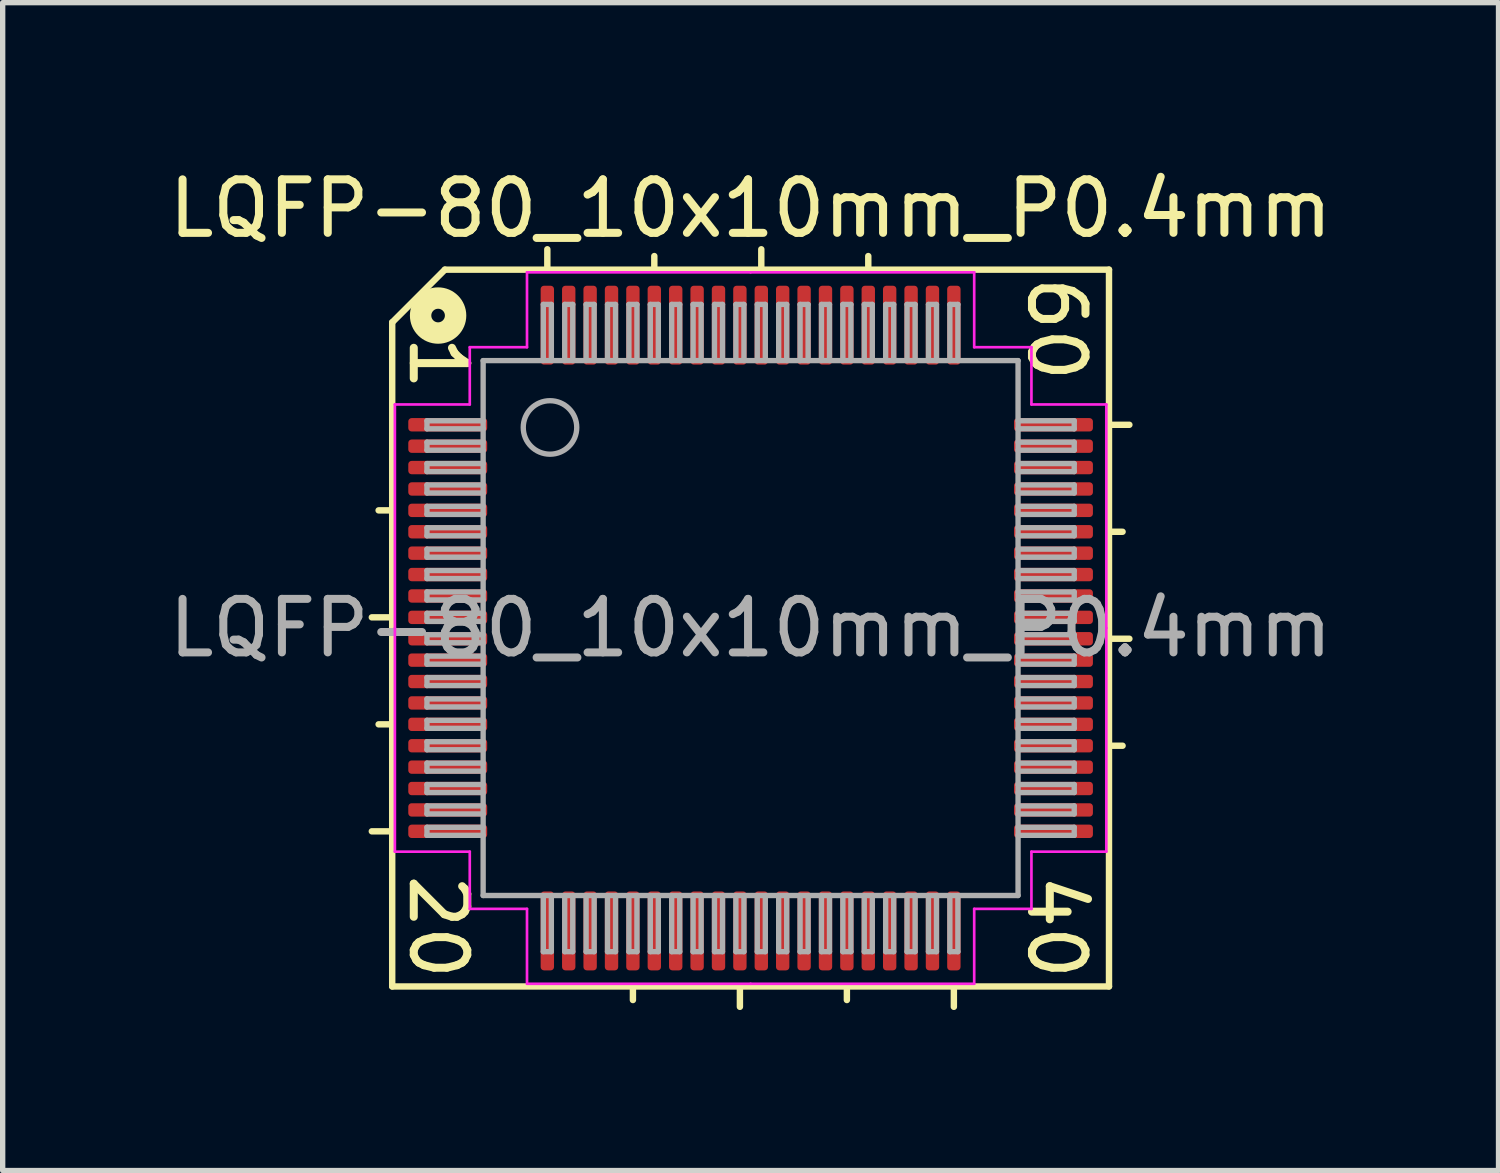
<source format=kicad_pcb>
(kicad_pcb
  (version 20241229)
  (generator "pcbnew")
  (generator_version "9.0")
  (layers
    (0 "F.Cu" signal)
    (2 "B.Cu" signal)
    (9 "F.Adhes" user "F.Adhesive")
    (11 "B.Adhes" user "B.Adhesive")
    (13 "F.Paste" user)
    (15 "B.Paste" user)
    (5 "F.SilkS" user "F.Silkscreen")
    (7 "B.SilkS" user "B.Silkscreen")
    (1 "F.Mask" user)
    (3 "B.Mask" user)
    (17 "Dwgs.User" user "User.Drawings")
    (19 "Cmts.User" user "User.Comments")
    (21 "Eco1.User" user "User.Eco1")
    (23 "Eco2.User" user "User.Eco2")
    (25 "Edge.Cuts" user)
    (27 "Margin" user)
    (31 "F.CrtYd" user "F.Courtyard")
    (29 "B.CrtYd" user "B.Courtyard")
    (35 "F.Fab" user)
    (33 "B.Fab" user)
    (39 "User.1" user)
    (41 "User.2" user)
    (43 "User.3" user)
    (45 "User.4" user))
  (footprint "LQFP-80_10x10mm_P0.4mm"
    (layer "F.Cu")
    (at 10.982 8.691)
    (property "Reference" "LQFP-80_10x10mm_P0.4mm" (at 0 -7.843 0) (layer "F.SilkS") (effects (font (size 1 1) (thickness 0.15))))
    (attr smd)
    (fp_line (start -6.7 -5.715) (end -6.7 6.7) (stroke (width 0.12) (type solid)) (layer "F.SilkS"))
    (fp_line (start -6.7 -2.2) (end -6.954 -2.2) (stroke (width 0.12) (type solid)) (layer "F.SilkS"))
    (fp_line (start -6.7 -0.2) (end -7.081 -0.2) (stroke (width 0.12) (type solid)) (layer "F.SilkS"))
    (fp_line (start -6.7 1.8) (end -6.954 1.8) (stroke (width 0.12) (type solid)) (layer "F.SilkS"))
    (fp_line (start -6.7 3.8) (end -7.081 3.8) (stroke (width 0.12) (type solid)) (layer "F.SilkS"))
    (fp_line (start -6.7 6.7) (end 6.7 6.7) (stroke (width 0.12) (type solid)) (layer "F.SilkS"))
    (fp_line (start -5.715 -6.7) (end -6.7 -5.715) (stroke (width 0.12) (type solid)) (layer "F.SilkS"))
    (fp_line (start -3.8 -6.7) (end -3.8 -7.081) (stroke (width 0.12) (type solid)) (layer "F.SilkS"))
    (fp_line (start -2.2 6.7) (end -2.2 6.954) (stroke (width 0.12) (type solid)) (layer "F.SilkS"))
    (fp_line (start -1.8 -6.7) (end -1.8 -6.954) (stroke (width 0.12) (type solid)) (layer "F.SilkS"))
    (fp_line (start -0.2 6.7) (end -0.2 7.081) (stroke (width 0.12) (type solid)) (layer "F.SilkS"))
    (fp_line (start 0.2 -6.7) (end 0.2 -7.081) (stroke (width 0.12) (type solid)) (layer "F.SilkS"))
    (fp_line (start 1.8 6.7) (end 1.8 6.954) (stroke (width 0.12) (type solid)) (layer "F.SilkS"))
    (fp_line (start 2.2 -6.7) (end 2.2 -6.954) (stroke (width 0.12) (type solid)) (layer "F.SilkS"))
    (fp_line (start 3.8 6.7) (end 3.8 7.081) (stroke (width 0.12) (type solid)) (layer "F.SilkS"))
    (fp_line (start 6.7 -6.7) (end -5.715 -6.7) (stroke (width 0.12) (type solid)) (layer "F.SilkS"))
    (fp_line (start 6.7 -3.8) (end 7.081 -3.8) (stroke (width 0.12) (type solid)) (layer "F.SilkS"))
    (fp_line (start 6.7 -1.8) (end 6.954 -1.8) (stroke (width 0.12) (type solid)) (layer "F.SilkS"))
    (fp_line (start 6.7 0.2) (end 7.081 0.2) (stroke (width 0.12) (type solid)) (layer "F.SilkS"))
    (fp_line (start 6.7 2.2) (end 6.954 2.2) (stroke (width 0.12) (type solid)) (layer "F.SilkS"))
    (fp_line (start 6.7 6.7) (end 6.7 -6.7) (stroke (width 0.12) (type solid)) (layer "F.SilkS"))
    (fp_circle (center -5.842 -5.842) (end -5.715 -5.842) (stroke (width 0.4) (type solid)) (fill no) (layer "F.SilkS"))
    (fp_line (start -6.65 -4.18) (end -6.65 0) (stroke (width 0.05) (type solid)) (layer "F.CrtYd"))
    (fp_line (start -6.65 4.18) (end -6.65 0) (stroke (width 0.05) (type solid)) (layer "F.CrtYd"))
    (fp_line (start -5.25 -5.25) (end -5.25 -4.18) (stroke (width 0.05) (type solid)) (layer "F.CrtYd"))
    (fp_line (start -5.25 -4.18) (end -6.65 -4.18) (stroke (width 0.05) (type solid)) (layer "F.CrtYd"))
    (fp_line (start -5.25 4.18) (end -6.65 4.18) (stroke (width 0.05) (type solid)) (layer "F.CrtYd"))
    (fp_line (start -5.25 5.25) (end -5.25 4.18) (stroke (width 0.05) (type solid)) (layer "F.CrtYd"))
    (fp_line (start -4.18 -6.65) (end -4.18 -5.25) (stroke (width 0.05) (type solid)) (layer "F.CrtYd"))
    (fp_line (start -4.18 -5.25) (end -5.25 -5.25) (stroke (width 0.05) (type solid)) (layer "F.CrtYd"))
    (fp_line (start -4.18 5.25) (end -5.25 5.25) (stroke (width 0.05) (type solid)) (layer "F.CrtYd"))
    (fp_line (start -4.18 6.65) (end -4.18 5.25) (stroke (width 0.05) (type solid)) (layer "F.CrtYd"))
    (fp_line (start 0 -6.65) (end -4.18 -6.65) (stroke (width 0.05) (type solid)) (layer "F.CrtYd"))
    (fp_line (start 0 -6.65) (end 4.18 -6.65) (stroke (width 0.05) (type solid)) (layer "F.CrtYd"))
    (fp_line (start 0 6.65) (end -4.18 6.65) (stroke (width 0.05) (type solid)) (layer "F.CrtYd"))
    (fp_line (start 0 6.65) (end 4.18 6.65) (stroke (width 0.05) (type solid)) (layer "F.CrtYd"))
    (fp_line (start 4.18 -6.65) (end 4.18 -5.25) (stroke (width 0.05) (type solid)) (layer "F.CrtYd"))
    (fp_line (start 4.18 -5.25) (end 5.25 -5.25) (stroke (width 0.05) (type solid)) (layer "F.CrtYd"))
    (fp_line (start 4.18 5.25) (end 5.25 5.25) (stroke (width 0.05) (type solid)) (layer "F.CrtYd"))
    (fp_line (start 4.18 6.65) (end 4.18 5.25) (stroke (width 0.05) (type solid)) (layer "F.CrtYd"))
    (fp_line (start 5.25 -5.25) (end 5.25 -4.18) (stroke (width 0.05) (type solid)) (layer "F.CrtYd"))
    (fp_line (start 5.25 -4.18) (end 6.65 -4.18) (stroke (width 0.05) (type solid)) (layer "F.CrtYd"))
    (fp_line (start 5.25 4.18) (end 6.65 4.18) (stroke (width 0.05) (type solid)) (layer "F.CrtYd"))
    (fp_line (start 5.25 5.25) (end 5.25 4.18) (stroke (width 0.05) (type solid)) (layer "F.CrtYd"))
    (fp_line (start 6.65 -4.18) (end 6.65 0) (stroke (width 0.05) (type solid)) (layer "F.CrtYd"))
    (fp_line (start 6.65 4.18) (end 6.65 0) (stroke (width 0.05) (type solid)) (layer "F.CrtYd"))
    (fp_line (start -6.05 -3.875) (end -6.05 -3.725) (stroke (width 0.1) (type solid)) (layer "F.Fab"))
    (fp_line (start -6.05 -3.875) (end -5 -3.875) (stroke (width 0.1) (type solid)) (layer "F.Fab"))
    (fp_line (start -6.05 -3.725) (end -5 -3.725) (stroke (width 0.1) (type solid)) (layer "F.Fab"))
    (fp_line (start -6.05 -3.475) (end -6.05 -3.325) (stroke (width 0.1) (type solid)) (layer "F.Fab"))
    (fp_line (start -6.05 -3.475) (end -5 -3.475) (stroke (width 0.1) (type solid)) (layer "F.Fab"))
    (fp_line (start -6.05 -3.325) (end -5 -3.325) (stroke (width 0.1) (type solid)) (layer "F.Fab"))
    (fp_line (start -6.05 -3.075) (end -6.05 -2.925) (stroke (width 0.1) (type solid)) (layer "F.Fab"))
    (fp_line (start -6.05 -3.075) (end -5 -3.075) (stroke (width 0.1) (type solid)) (layer "F.Fab"))
    (fp_line (start -6.05 -2.925) (end -5 -2.925) (stroke (width 0.1) (type solid)) (layer "F.Fab"))
    (fp_line (start -6.05 -2.675) (end -6.05 -2.525) (stroke (width 0.1) (type solid)) (layer "F.Fab"))
    (fp_line (start -6.05 -2.675) (end -5 -2.675) (stroke (width 0.1) (type solid)) (layer "F.Fab"))
    (fp_line (start -6.05 -2.525) (end -5 -2.525) (stroke (width 0.1) (type solid)) (layer "F.Fab"))
    (fp_line (start -6.05 -2.275) (end -6.05 -2.125) (stroke (width 0.1) (type solid)) (layer "F.Fab"))
    (fp_line (start -6.05 -2.275) (end -5 -2.275) (stroke (width 0.1) (type solid)) (layer "F.Fab"))
    (fp_line (start -6.05 -2.125) (end -5 -2.125) (stroke (width 0.1) (type solid)) (layer "F.Fab"))
    (fp_line (start -6.05 -1.875) (end -6.05 -1.725) (stroke (width 0.1) (type solid)) (layer "F.Fab"))
    (fp_line (start -6.05 -1.875) (end -5 -1.875) (stroke (width 0.1) (type solid)) (layer "F.Fab"))
    (fp_line (start -6.05 -1.725) (end -5 -1.725) (stroke (width 0.1) (type solid)) (layer "F.Fab"))
    (fp_line (start -6.05 -1.475) (end -6.05 -1.325) (stroke (width 0.1) (type solid)) (layer "F.Fab"))
    (fp_line (start -6.05 -1.475) (end -5 -1.475) (stroke (width 0.1) (type solid)) (layer "F.Fab"))
    (fp_line (start -6.05 -1.325) (end -5 -1.325) (stroke (width 0.1) (type solid)) (layer "F.Fab"))
    (fp_line (start -6.05 -1.075) (end -6.05 -0.925) (stroke (width 0.1) (type solid)) (layer "F.Fab"))
    (fp_line (start -6.05 -1.075) (end -5 -1.075) (stroke (width 0.1) (type solid)) (layer "F.Fab"))
    (fp_line (start -6.05 -0.925) (end -5 -0.925) (stroke (width 0.1) (type solid)) (layer "F.Fab"))
    (fp_line (start -6.05 -0.675) (end -6.05 -0.525) (stroke (width 0.1) (type solid)) (layer "F.Fab"))
    (fp_line (start -6.05 -0.675) (end -5 -0.675) (stroke (width 0.1) (type solid)) (layer "F.Fab"))
    (fp_line (start -6.05 -0.525) (end -5 -0.525) (stroke (width 0.1) (type solid)) (layer "F.Fab"))
    (fp_line (start -6.05 -0.275) (end -6.05 -0.125) (stroke (width 0.1) (type solid)) (layer "F.Fab"))
    (fp_line (start -6.05 -0.275) (end -5 -0.275) (stroke (width 0.1) (type solid)) (layer "F.Fab"))
    (fp_line (start -6.05 -0.125) (end -5 -0.125) (stroke (width 0.1) (type solid)) (layer "F.Fab"))
    (fp_line (start -6.05 0.125) (end -6.05 0.275) (stroke (width 0.1) (type solid)) (layer "F.Fab"))
    (fp_line (start -6.05 0.125) (end -5 0.125) (stroke (width 0.1) (type solid)) (layer "F.Fab"))
    (fp_line (start -6.05 0.275) (end -5 0.275) (stroke (width 0.1) (type solid)) (layer "F.Fab"))
    (fp_line (start -6.05 0.525) (end -6.05 0.675) (stroke (width 0.1) (type solid)) (layer "F.Fab"))
    (fp_line (start -6.05 0.525) (end -5 0.525) (stroke (width 0.1) (type solid)) (layer "F.Fab"))
    (fp_line (start -6.05 0.675) (end -5 0.675) (stroke (width 0.1) (type solid)) (layer "F.Fab"))
    (fp_line (start -6.05 0.925) (end -6.05 1.075) (stroke (width 0.1) (type solid)) (layer "F.Fab"))
    (fp_line (start -6.05 0.925) (end -5 0.925) (stroke (width 0.1) (type solid)) (layer "F.Fab"))
    (fp_line (start -6.05 1.075) (end -5 1.075) (stroke (width 0.1) (type solid)) (layer "F.Fab"))
    (fp_line (start -6.05 1.325) (end -6.05 1.475) (stroke (width 0.1) (type solid)) (layer "F.Fab"))
    (fp_line (start -6.05 1.325) (end -5 1.325) (stroke (width 0.1) (type solid)) (layer "F.Fab"))
    (fp_line (start -6.05 1.475) (end -5 1.475) (stroke (width 0.1) (type solid)) (layer "F.Fab"))
    (fp_line (start -6.05 1.725) (end -6.05 1.875) (stroke (width 0.1) (type solid)) (layer "F.Fab"))
    (fp_line (start -6.05 1.725) (end -5 1.725) (stroke (width 0.1) (type solid)) (layer "F.Fab"))
    (fp_line (start -6.05 1.875) (end -5 1.875) (stroke (width 0.1) (type solid)) (layer "F.Fab"))
    (fp_line (start -6.05 2.125) (end -6.05 2.275) (stroke (width 0.1) (type solid)) (layer "F.Fab"))
    (fp_line (start -6.05 2.125) (end -5 2.125) (stroke (width 0.1) (type solid)) (layer "F.Fab"))
    (fp_line (start -6.05 2.275) (end -5 2.275) (stroke (width 0.1) (type solid)) (layer "F.Fab"))
    (fp_line (start -6.05 2.525) (end -6.05 2.675) (stroke (width 0.1) (type solid)) (layer "F.Fab"))
    (fp_line (start -6.05 2.525) (end -5 2.525) (stroke (width 0.1) (type solid)) (layer "F.Fab"))
    (fp_line (start -6.05 2.675) (end -5 2.675) (stroke (width 0.1) (type solid)) (layer "F.Fab"))
    (fp_line (start -6.05 2.925) (end -6.05 3.075) (stroke (width 0.1) (type solid)) (layer "F.Fab"))
    (fp_line (start -6.05 2.925) (end -5 2.925) (stroke (width 0.1) (type solid)) (layer "F.Fab"))
    (fp_line (start -6.05 3.075) (end -5 3.075) (stroke (width 0.1) (type solid)) (layer "F.Fab"))
    (fp_line (start -6.05 3.325) (end -6.05 3.475) (stroke (width 0.1) (type solid)) (layer "F.Fab"))
    (fp_line (start -6.05 3.325) (end -5 3.325) (stroke (width 0.1) (type solid)) (layer "F.Fab"))
    (fp_line (start -6.05 3.475) (end -5 3.475) (stroke (width 0.1) (type solid)) (layer "F.Fab"))
    (fp_line (start -6.05 3.725) (end -6.05 3.875) (stroke (width 0.1) (type solid)) (layer "F.Fab"))
    (fp_line (start -6.05 3.725) (end -5 3.725) (stroke (width 0.1) (type solid)) (layer "F.Fab"))
    (fp_line (start -6.05 3.875) (end -5 3.875) (stroke (width 0.1) (type solid)) (layer "F.Fab"))
    (fp_line (start -5 -5) (end 5 -5) (stroke (width 0.1) (type solid)) (layer "F.Fab"))
    (fp_line (start -5 5) (end -5 -5) (stroke (width 0.1) (type solid)) (layer "F.Fab"))
    (fp_line (start -3.875 -6.05) (end -3.875 -5) (stroke (width 0.1) (type solid)) (layer "F.Fab"))
    (fp_line (start -3.875 6.05) (end -3.875 5) (stroke (width 0.1) (type solid)) (layer "F.Fab"))
    (fp_line (start -3.875 6.05) (end -3.725 6.05) (stroke (width 0.1) (type solid)) (layer "F.Fab"))
    (fp_line (start -3.725 -6.05) (end -3.875 -6.05) (stroke (width 0.1) (type solid)) (layer "F.Fab"))
    (fp_line (start -3.725 -6.05) (end -3.725 -5) (stroke (width 0.1) (type solid)) (layer "F.Fab"))
    (fp_line (start -3.725 6.05) (end -3.725 5) (stroke (width 0.1) (type solid)) (layer "F.Fab"))
    (fp_line (start -3.475 -6.05) (end -3.475 -5) (stroke (width 0.1) (type solid)) (layer "F.Fab"))
    (fp_line (start -3.475 6.05) (end -3.475 5) (stroke (width 0.1) (type solid)) (layer "F.Fab"))
    (fp_line (start -3.475 6.05) (end -3.325 6.05) (stroke (width 0.1) (type solid)) (layer "F.Fab"))
    (fp_line (start -3.325 -6.05) (end -3.475 -6.05) (stroke (width 0.1) (type solid)) (layer "F.Fab"))
    (fp_line (start -3.325 -6.05) (end -3.325 -5) (stroke (width 0.1) (type solid)) (layer "F.Fab"))
    (fp_line (start -3.325 6.05) (end -3.325 5) (stroke (width 0.1) (type solid)) (layer "F.Fab"))
    (fp_line (start -3.075 -6.05) (end -3.075 -5) (stroke (width 0.1) (type solid)) (layer "F.Fab"))
    (fp_line (start -3.075 6.05) (end -3.075 5) (stroke (width 0.1) (type solid)) (layer "F.Fab"))
    (fp_line (start -3.075 6.05) (end -2.925 6.05) (stroke (width 0.1) (type solid)) (layer "F.Fab"))
    (fp_line (start -2.925 -6.05) (end -3.075 -6.05) (stroke (width 0.1) (type solid)) (layer "F.Fab"))
    (fp_line (start -2.925 -6.05) (end -2.925 -5) (stroke (width 0.1) (type solid)) (layer "F.Fab"))
    (fp_line (start -2.925 6.05) (end -2.925 5) (stroke (width 0.1) (type solid)) (layer "F.Fab"))
    (fp_line (start -2.675 -6.05) (end -2.675 -5) (stroke (width 0.1) (type solid)) (layer "F.Fab"))
    (fp_line (start -2.675 6.05) (end -2.675 5) (stroke (width 0.1) (type solid)) (layer "F.Fab"))
    (fp_line (start -2.675 6.05) (end -2.525 6.05) (stroke (width 0.1) (type solid)) (layer "F.Fab"))
    (fp_line (start -2.525 -6.05) (end -2.675 -6.05) (stroke (width 0.1) (type solid)) (layer "F.Fab"))
    (fp_line (start -2.525 -6.05) (end -2.525 -5) (stroke (width 0.1) (type solid)) (layer "F.Fab"))
    (fp_line (start -2.525 6.05) (end -2.525 5) (stroke (width 0.1) (type solid)) (layer "F.Fab"))
    (fp_line (start -2.275 -6.05) (end -2.275 -5) (stroke (width 0.1) (type solid)) (layer "F.Fab"))
    (fp_line (start -2.275 6.05) (end -2.275 5) (stroke (width 0.1) (type solid)) (layer "F.Fab"))
    (fp_line (start -2.275 6.05) (end -2.125 6.05) (stroke (width 0.1) (type solid)) (layer "F.Fab"))
    (fp_line (start -2.125 -6.05) (end -2.275 -6.05) (stroke (width 0.1) (type solid)) (layer "F.Fab"))
    (fp_line (start -2.125 -6.05) (end -2.125 -5) (stroke (width 0.1) (type solid)) (layer "F.Fab"))
    (fp_line (start -2.125 6.05) (end -2.125 5) (stroke (width 0.1) (type solid)) (layer "F.Fab"))
    (fp_line (start -1.875 -6.05) (end -1.875 -5) (stroke (width 0.1) (type solid)) (layer "F.Fab"))
    (fp_line (start -1.875 6.05) (end -1.875 5) (stroke (width 0.1) (type solid)) (layer "F.Fab"))
    (fp_line (start -1.875 6.05) (end -1.725 6.05) (stroke (width 0.1) (type solid)) (layer "F.Fab"))
    (fp_line (start -1.725 -6.05) (end -1.875 -6.05) (stroke (width 0.1) (type solid)) (layer "F.Fab"))
    (fp_line (start -1.725 -6.05) (end -1.725 -5) (stroke (width 0.1) (type solid)) (layer "F.Fab"))
    (fp_line (start -1.725 6.05) (end -1.725 5) (stroke (width 0.1) (type solid)) (layer "F.Fab"))
    (fp_line (start -1.475 -6.05) (end -1.475 -5) (stroke (width 0.1) (type solid)) (layer "F.Fab"))
    (fp_line (start -1.475 6.05) (end -1.475 5) (stroke (width 0.1) (type solid)) (layer "F.Fab"))
    (fp_line (start -1.475 6.05) (end -1.325 6.05) (stroke (width 0.1) (type solid)) (layer "F.Fab"))
    (fp_line (start -1.325 -6.05) (end -1.475 -6.05) (stroke (width 0.1) (type solid)) (layer "F.Fab"))
    (fp_line (start -1.325 -6.05) (end -1.325 -5) (stroke (width 0.1) (type solid)) (layer "F.Fab"))
    (fp_line (start -1.325 6.05) (end -1.325 5) (stroke (width 0.1) (type solid)) (layer "F.Fab"))
    (fp_line (start -1.075 -6.05) (end -1.075 -5) (stroke (width 0.1) (type solid)) (layer "F.Fab"))
    (fp_line (start -1.075 6.05) (end -1.075 5) (stroke (width 0.1) (type solid)) (layer "F.Fab"))
    (fp_line (start -1.075 6.05) (end -0.925 6.05) (stroke (width 0.1) (type solid)) (layer "F.Fab"))
    (fp_line (start -0.925 -6.05) (end -1.075 -6.05) (stroke (width 0.1) (type solid)) (layer "F.Fab"))
    (fp_line (start -0.925 -6.05) (end -0.925 -5) (stroke (width 0.1) (type solid)) (layer "F.Fab"))
    (fp_line (start -0.925 6.05) (end -0.925 5) (stroke (width 0.1) (type solid)) (layer "F.Fab"))
    (fp_line (start -0.675 -6.05) (end -0.675 -5) (stroke (width 0.1) (type solid)) (layer "F.Fab"))
    (fp_line (start -0.675 6.05) (end -0.675 5) (stroke (width 0.1) (type solid)) (layer "F.Fab"))
    (fp_line (start -0.675 6.05) (end -0.525 6.05) (stroke (width 0.1) (type solid)) (layer "F.Fab"))
    (fp_line (start -0.525 -6.05) (end -0.675 -6.05) (stroke (width 0.1) (type solid)) (layer "F.Fab"))
    (fp_line (start -0.525 -6.05) (end -0.525 -5) (stroke (width 0.1) (type solid)) (layer "F.Fab"))
    (fp_line (start -0.525 6.05) (end -0.525 5) (stroke (width 0.1) (type solid)) (layer "F.Fab"))
    (fp_line (start -0.275 -6.05) (end -0.275 -5) (stroke (width 0.1) (type solid)) (layer "F.Fab"))
    (fp_line (start -0.275 6.05) (end -0.275 5) (stroke (width 0.1) (type solid)) (layer "F.Fab"))
    (fp_line (start -0.275 6.05) (end -0.125 6.05) (stroke (width 0.1) (type solid)) (layer "F.Fab"))
    (fp_line (start -0.125 -6.05) (end -0.275 -6.05) (stroke (width 0.1) (type solid)) (layer "F.Fab"))
    (fp_line (start -0.125 -6.05) (end -0.125 -5) (stroke (width 0.1) (type solid)) (layer "F.Fab"))
    (fp_line (start -0.125 6.05) (end -0.125 5) (stroke (width 0.1) (type solid)) (layer "F.Fab"))
    (fp_line (start 0.125 -6.05) (end 0.125 -5) (stroke (width 0.1) (type solid)) (layer "F.Fab"))
    (fp_line (start 0.125 6.05) (end 0.125 5) (stroke (width 0.1) (type solid)) (layer "F.Fab"))
    (fp_line (start 0.125 6.05) (end 0.275 6.05) (stroke (width 0.1) (type solid)) (layer "F.Fab"))
    (fp_line (start 0.275 -6.05) (end 0.125 -6.05) (stroke (width 0.1) (type solid)) (layer "F.Fab"))
    (fp_line (start 0.275 -6.05) (end 0.275 -5) (stroke (width 0.1) (type solid)) (layer "F.Fab"))
    (fp_line (start 0.275 6.05) (end 0.275 5) (stroke (width 0.1) (type solid)) (layer "F.Fab"))
    (fp_line (start 0.525 -6.05) (end 0.525 -5) (stroke (width 0.1) (type solid)) (layer "F.Fab"))
    (fp_line (start 0.525 6.05) (end 0.525 5) (stroke (width 0.1) (type solid)) (layer "F.Fab"))
    (fp_line (start 0.525 6.05) (end 0.675 6.05) (stroke (width 0.1) (type solid)) (layer "F.Fab"))
    (fp_line (start 0.675 -6.05) (end 0.525 -6.05) (stroke (width 0.1) (type solid)) (layer "F.Fab"))
    (fp_line (start 0.675 -6.05) (end 0.675 -5) (stroke (width 0.1) (type solid)) (layer "F.Fab"))
    (fp_line (start 0.675 6.05) (end 0.675 5) (stroke (width 0.1) (type solid)) (layer "F.Fab"))
    (fp_line (start 0.925 -6.05) (end 0.925 -5) (stroke (width 0.1) (type solid)) (layer "F.Fab"))
    (fp_line (start 0.925 6.05) (end 0.925 5) (stroke (width 0.1) (type solid)) (layer "F.Fab"))
    (fp_line (start 0.925 6.05) (end 1.075 6.05) (stroke (width 0.1) (type solid)) (layer "F.Fab"))
    (fp_line (start 1.075 -6.05) (end 0.925 -6.05) (stroke (width 0.1) (type solid)) (layer "F.Fab"))
    (fp_line (start 1.075 -6.05) (end 1.075 -5) (stroke (width 0.1) (type solid)) (layer "F.Fab"))
    (fp_line (start 1.075 6.05) (end 1.075 5) (stroke (width 0.1) (type solid)) (layer "F.Fab"))
    (fp_line (start 1.325 -6.05) (end 1.325 -5) (stroke (width 0.1) (type solid)) (layer "F.Fab"))
    (fp_line (start 1.325 6.05) (end 1.325 5) (stroke (width 0.1) (type solid)) (layer "F.Fab"))
    (fp_line (start 1.325 6.05) (end 1.475 6.05) (stroke (width 0.1) (type solid)) (layer "F.Fab"))
    (fp_line (start 1.475 -6.05) (end 1.325 -6.05) (stroke (width 0.1) (type solid)) (layer "F.Fab"))
    (fp_line (start 1.475 -6.05) (end 1.475 -5) (stroke (width 0.1) (type solid)) (layer "F.Fab"))
    (fp_line (start 1.475 6.05) (end 1.475 5) (stroke (width 0.1) (type solid)) (layer "F.Fab"))
    (fp_line (start 1.725 -6.05) (end 1.725 -5) (stroke (width 0.1) (type solid)) (layer "F.Fab"))
    (fp_line (start 1.725 6.05) (end 1.725 5) (stroke (width 0.1) (type solid)) (layer "F.Fab"))
    (fp_line (start 1.725 6.05) (end 1.875 6.05) (stroke (width 0.1) (type solid)) (layer "F.Fab"))
    (fp_line (start 1.875 -6.05) (end 1.725 -6.05) (stroke (width 0.1) (type solid)) (layer "F.Fab"))
    (fp_line (start 1.875 -6.05) (end 1.875 -5) (stroke (width 0.1) (type solid)) (layer "F.Fab"))
    (fp_line (start 1.875 6.05) (end 1.875 5) (stroke (width 0.1) (type solid)) (layer "F.Fab"))
    (fp_line (start 2.125 -6.05) (end 2.125 -5) (stroke (width 0.1) (type solid)) (layer "F.Fab"))
    (fp_line (start 2.125 6.05) (end 2.125 5) (stroke (width 0.1) (type solid)) (layer "F.Fab"))
    (fp_line (start 2.125 6.05) (end 2.275 6.05) (stroke (width 0.1) (type solid)) (layer "F.Fab"))
    (fp_line (start 2.275 -6.05) (end 2.125 -6.05) (stroke (width 0.1) (type solid)) (layer "F.Fab"))
    (fp_line (start 2.275 -6.05) (end 2.275 -5) (stroke (width 0.1) (type solid)) (layer "F.Fab"))
    (fp_line (start 2.275 6.05) (end 2.275 5) (stroke (width 0.1) (type solid)) (layer "F.Fab"))
    (fp_line (start 2.525 -6.05) (end 2.525 -5) (stroke (width 0.1) (type solid)) (layer "F.Fab"))
    (fp_line (start 2.525 6.05) (end 2.525 5) (stroke (width 0.1) (type solid)) (layer "F.Fab"))
    (fp_line (start 2.525 6.05) (end 2.675 6.05) (stroke (width 0.1) (type solid)) (layer "F.Fab"))
    (fp_line (start 2.675 -6.05) (end 2.525 -6.05) (stroke (width 0.1) (type solid)) (layer "F.Fab"))
    (fp_line (start 2.675 -6.05) (end 2.675 -5) (stroke (width 0.1) (type solid)) (layer "F.Fab"))
    (fp_line (start 2.675 6.05) (end 2.675 5) (stroke (width 0.1) (type solid)) (layer "F.Fab"))
    (fp_line (start 2.925 -6.05) (end 2.925 -5) (stroke (width 0.1) (type solid)) (layer "F.Fab"))
    (fp_line (start 2.925 6.05) (end 2.925 5) (stroke (width 0.1) (type solid)) (layer "F.Fab"))
    (fp_line (start 2.925 6.05) (end 3.075 6.05) (stroke (width 0.1) (type solid)) (layer "F.Fab"))
    (fp_line (start 3.075 -6.05) (end 2.925 -6.05) (stroke (width 0.1) (type solid)) (layer "F.Fab"))
    (fp_line (start 3.075 -6.05) (end 3.075 -5) (stroke (width 0.1) (type solid)) (layer "F.Fab"))
    (fp_line (start 3.075 6.05) (end 3.075 5) (stroke (width 0.1) (type solid)) (layer "F.Fab"))
    (fp_line (start 3.325 -6.05) (end 3.325 -5) (stroke (width 0.1) (type solid)) (layer "F.Fab"))
    (fp_line (start 3.325 6.05) (end 3.325 5) (stroke (width 0.1) (type solid)) (layer "F.Fab"))
    (fp_line (start 3.325 6.05) (end 3.475 6.05) (stroke (width 0.1) (type solid)) (layer "F.Fab"))
    (fp_line (start 3.475 -6.05) (end 3.325 -6.05) (stroke (width 0.1) (type solid)) (layer "F.Fab"))
    (fp_line (start 3.475 -6.05) (end 3.475 -5) (stroke (width 0.1) (type solid)) (layer "F.Fab"))
    (fp_line (start 3.475 6.05) (end 3.475 5) (stroke (width 0.1) (type solid)) (layer "F.Fab"))
    (fp_line (start 3.725 -6.05) (end 3.725 -5) (stroke (width 0.1) (type solid)) (layer "F.Fab"))
    (fp_line (start 3.725 6.05) (end 3.725 5) (stroke (width 0.1) (type solid)) (layer "F.Fab"))
    (fp_line (start 3.725 6.05) (end 3.875 6.05) (stroke (width 0.1) (type solid)) (layer "F.Fab"))
    (fp_line (start 3.875 -6.05) (end 3.725 -6.05) (stroke (width 0.1) (type solid)) (layer "F.Fab"))
    (fp_line (start 3.875 -6.05) (end 3.875 -5) (stroke (width 0.1) (type solid)) (layer "F.Fab"))
    (fp_line (start 3.875 6.05) (end 3.875 5) (stroke (width 0.1) (type solid)) (layer "F.Fab"))
    (fp_line (start 5 -5) (end 5 5) (stroke (width 0.1) (type solid)) (layer "F.Fab"))
    (fp_line (start 5 5) (end -5 5) (stroke (width 0.1) (type solid)) (layer "F.Fab"))
    (fp_line (start 6.05 -3.875) (end 5 -3.875) (stroke (width 0.1) (type solid)) (layer "F.Fab"))
    (fp_line (start 6.05 -3.725) (end 5 -3.725) (stroke (width 0.1) (type solid)) (layer "F.Fab"))
    (fp_line (start 6.05 -3.725) (end 6.05 -3.875) (stroke (width 0.1) (type solid)) (layer "F.Fab"))
    (fp_line (start 6.05 -3.475) (end 5 -3.475) (stroke (width 0.1) (type solid)) (layer "F.Fab"))
    (fp_line (start 6.05 -3.325) (end 5 -3.325) (stroke (width 0.1) (type solid)) (layer "F.Fab"))
    (fp_line (start 6.05 -3.325) (end 6.05 -3.475) (stroke (width 0.1) (type solid)) (layer "F.Fab"))
    (fp_line (start 6.05 -3.075) (end 5 -3.075) (stroke (width 0.1) (type solid)) (layer "F.Fab"))
    (fp_line (start 6.05 -2.925) (end 5 -2.925) (stroke (width 0.1) (type solid)) (layer "F.Fab"))
    (fp_line (start 6.05 -2.925) (end 6.05 -3.075) (stroke (width 0.1) (type solid)) (layer "F.Fab"))
    (fp_line (start 6.05 -2.675) (end 5 -2.675) (stroke (width 0.1) (type solid)) (layer "F.Fab"))
    (fp_line (start 6.05 -2.525) (end 5 -2.525) (stroke (width 0.1) (type solid)) (layer "F.Fab"))
    (fp_line (start 6.05 -2.525) (end 6.05 -2.675) (stroke (width 0.1) (type solid)) (layer "F.Fab"))
    (fp_line (start 6.05 -2.275) (end 5 -2.275) (stroke (width 0.1) (type solid)) (layer "F.Fab"))
    (fp_line (start 6.05 -2.125) (end 5 -2.125) (stroke (width 0.1) (type solid)) (layer "F.Fab"))
    (fp_line (start 6.05 -2.125) (end 6.05 -2.275) (stroke (width 0.1) (type solid)) (layer "F.Fab"))
    (fp_line (start 6.05 -1.875) (end 5 -1.875) (stroke (width 0.1) (type solid)) (layer "F.Fab"))
    (fp_line (start 6.05 -1.725) (end 5 -1.725) (stroke (width 0.1) (type solid)) (layer "F.Fab"))
    (fp_line (start 6.05 -1.725) (end 6.05 -1.875) (stroke (width 0.1) (type solid)) (layer "F.Fab"))
    (fp_line (start 6.05 -1.475) (end 5 -1.475) (stroke (width 0.1) (type solid)) (layer "F.Fab"))
    (fp_line (start 6.05 -1.325) (end 5 -1.325) (stroke (width 0.1) (type solid)) (layer "F.Fab"))
    (fp_line (start 6.05 -1.325) (end 6.05 -1.475) (stroke (width 0.1) (type solid)) (layer "F.Fab"))
    (fp_line (start 6.05 -1.075) (end 5 -1.075) (stroke (width 0.1) (type solid)) (layer "F.Fab"))
    (fp_line (start 6.05 -0.925) (end 5 -0.925) (stroke (width 0.1) (type solid)) (layer "F.Fab"))
    (fp_line (start 6.05 -0.925) (end 6.05 -1.075) (stroke (width 0.1) (type solid)) (layer "F.Fab"))
    (fp_line (start 6.05 -0.675) (end 5 -0.675) (stroke (width 0.1) (type solid)) (layer "F.Fab"))
    (fp_line (start 6.05 -0.525) (end 5 -0.525) (stroke (width 0.1) (type solid)) (layer "F.Fab"))
    (fp_line (start 6.05 -0.525) (end 6.05 -0.675) (stroke (width 0.1) (type solid)) (layer "F.Fab"))
    (fp_line (start 6.05 -0.275) (end 5 -0.275) (stroke (width 0.1) (type solid)) (layer "F.Fab"))
    (fp_line (start 6.05 -0.125) (end 5 -0.125) (stroke (width 0.1) (type solid)) (layer "F.Fab"))
    (fp_line (start 6.05 -0.125) (end 6.05 -0.275) (stroke (width 0.1) (type solid)) (layer "F.Fab"))
    (fp_line (start 6.05 0.125) (end 5 0.125) (stroke (width 0.1) (type solid)) (layer "F.Fab"))
    (fp_line (start 6.05 0.275) (end 5 0.275) (stroke (width 0.1) (type solid)) (layer "F.Fab"))
    (fp_line (start 6.05 0.275) (end 6.05 0.125) (stroke (width 0.1) (type solid)) (layer "F.Fab"))
    (fp_line (start 6.05 0.525) (end 5 0.525) (stroke (width 0.1) (type solid)) (layer "F.Fab"))
    (fp_line (start 6.05 0.675) (end 5 0.675) (stroke (width 0.1) (type solid)) (layer "F.Fab"))
    (fp_line (start 6.05 0.675) (end 6.05 0.525) (stroke (width 0.1) (type solid)) (layer "F.Fab"))
    (fp_line (start 6.05 0.925) (end 5 0.925) (stroke (width 0.1) (type solid)) (layer "F.Fab"))
    (fp_line (start 6.05 1.075) (end 5 1.075) (stroke (width 0.1) (type solid)) (layer "F.Fab"))
    (fp_line (start 6.05 1.075) (end 6.05 0.925) (stroke (width 0.1) (type solid)) (layer "F.Fab"))
    (fp_line (start 6.05 1.325) (end 5 1.325) (stroke (width 0.1) (type solid)) (layer "F.Fab"))
    (fp_line (start 6.05 1.475) (end 5 1.475) (stroke (width 0.1) (type solid)) (layer "F.Fab"))
    (fp_line (start 6.05 1.475) (end 6.05 1.325) (stroke (width 0.1) (type solid)) (layer "F.Fab"))
    (fp_line (start 6.05 1.725) (end 5 1.725) (stroke (width 0.1) (type solid)) (layer "F.Fab"))
    (fp_line (start 6.05 1.875) (end 5 1.875) (stroke (width 0.1) (type solid)) (layer "F.Fab"))
    (fp_line (start 6.05 1.875) (end 6.05 1.725) (stroke (width 0.1) (type solid)) (layer "F.Fab"))
    (fp_line (start 6.05 2.125) (end 5 2.125) (stroke (width 0.1) (type solid)) (layer "F.Fab"))
    (fp_line (start 6.05 2.275) (end 5 2.275) (stroke (width 0.1) (type solid)) (layer "F.Fab"))
    (fp_line (start 6.05 2.275) (end 6.05 2.125) (stroke (width 0.1) (type solid)) (layer "F.Fab"))
    (fp_line (start 6.05 2.525) (end 5 2.525) (stroke (width 0.1) (type solid)) (layer "F.Fab"))
    (fp_line (start 6.05 2.675) (end 5 2.675) (stroke (width 0.1) (type solid)) (layer "F.Fab"))
    (fp_line (start 6.05 2.675) (end 6.05 2.525) (stroke (width 0.1) (type solid)) (layer "F.Fab"))
    (fp_line (start 6.05 2.925) (end 5 2.925) (stroke (width 0.1) (type solid)) (layer "F.Fab"))
    (fp_line (start 6.05 3.075) (end 5 3.075) (stroke (width 0.1) (type solid)) (layer "F.Fab"))
    (fp_line (start 6.05 3.075) (end 6.05 2.925) (stroke (width 0.1) (type solid)) (layer "F.Fab"))
    (fp_line (start 6.05 3.325) (end 5 3.325) (stroke (width 0.1) (type solid)) (layer "F.Fab"))
    (fp_line (start 6.05 3.475) (end 5 3.475) (stroke (width 0.1) (type solid)) (layer "F.Fab"))
    (fp_line (start 6.05 3.475) (end 6.05 3.325) (stroke (width 0.1) (type solid)) (layer "F.Fab"))
    (fp_line (start 6.05 3.725) (end 5 3.725) (stroke (width 0.1) (type solid)) (layer "F.Fab"))
    (fp_line (start 6.05 3.875) (end 5 3.875) (stroke (width 0.1) (type solid)) (layer "F.Fab"))
    (fp_line (start 6.05 3.875) (end 6.05 3.725) (stroke (width 0.1) (type solid)) (layer "F.Fab"))
    (fp_circle (center -3.75 -3.75) (end -3.25 -3.75) (stroke (width 0.1) (type solid)) (fill no) (layer "F.Fab"))
    (fp_text user "20" (at -5.842 5.588 270) (unlocked yes) (layer "F.SilkS") (effects (font (size 1 1) (thickness 0.15))))
    (fp_text user "60" (at 5.715 -5.588 270) (unlocked yes) (layer "F.SilkS") (effects (font (size 1 1) (thickness 0.15))))
    (fp_text user "40" (at 5.715 5.588 270) (unlocked yes) (layer "F.SilkS") (effects (font (size 1 1) (thickness 0.15))))
    (fp_text user "1" (at -5.842 -4.953 270) (unlocked yes) (layer "F.SilkS") (effects (font (size 1 1) (thickness 0.15))))
    (fp_text user "${REFERENCE}" (at 0 0 0) (layer "F.Fab") (effects (font (size 1 1) (thickness 0.15))))
    (pad "1" smd roundrect (at -5.662 -3.8) (size 1.475 0.25) (layers "F.Cu" "F.Mask" "F.Paste") (roundrect_rratio 0.25))
    (pad "2" smd roundrect (at -5.662 -3.4) (size 1.475 0.25) (layers "F.Cu" "F.Mask" "F.Paste") (roundrect_rratio 0.25))
    (pad "3" smd roundrect (at -5.662 -3) (size 1.475 0.25) (layers "F.Cu" "F.Mask" "F.Paste") (roundrect_rratio 0.25))
    (pad "4" smd roundrect (at -5.662 -2.6) (size 1.475 0.25) (layers "F.Cu" "F.Mask" "F.Paste") (roundrect_rratio 0.25))
    (pad "5" smd roundrect (at -5.662 -2.2) (size 1.475 0.25) (layers "F.Cu" "F.Mask" "F.Paste") (roundrect_rratio 0.25))
    (pad "6" smd roundrect (at -5.662 -1.8) (size 1.475 0.25) (layers "F.Cu" "F.Mask" "F.Paste") (roundrect_rratio 0.25))
    (pad "7" smd roundrect (at -5.662 -1.4) (size 1.475 0.25) (layers "F.Cu" "F.Mask" "F.Paste") (roundrect_rratio 0.25))
    (pad "8" smd roundrect (at -5.662 -1) (size 1.475 0.25) (layers "F.Cu" "F.Mask" "F.Paste") (roundrect_rratio 0.25))
    (pad "9" smd roundrect (at -5.662 -0.6) (size 1.475 0.25) (layers "F.Cu" "F.Mask" "F.Paste") (roundrect_rratio 0.25))
    (pad "10" smd roundrect (at -5.662 -0.2) (size 1.475 0.25) (layers "F.Cu" "F.Mask" "F.Paste") (roundrect_rratio 0.25))
    (pad "11" smd roundrect (at -5.662 0.2) (size 1.475 0.25) (layers "F.Cu" "F.Mask" "F.Paste") (roundrect_rratio 0.25))
    (pad "12" smd roundrect (at -5.662 0.6) (size 1.475 0.25) (layers "F.Cu" "F.Mask" "F.Paste") (roundrect_rratio 0.25))
    (pad "13" smd roundrect (at -5.662 1) (size 1.475 0.25) (layers "F.Cu" "F.Mask" "F.Paste") (roundrect_rratio 0.25))
    (pad "14" smd roundrect (at -5.662 1.4) (size 1.475 0.25) (layers "F.Cu" "F.Mask" "F.Paste") (roundrect_rratio 0.25))
    (pad "15" smd roundrect (at -5.662 1.8) (size 1.475 0.25) (layers "F.Cu" "F.Mask" "F.Paste") (roundrect_rratio 0.25))
    (pad "16" smd roundrect (at -5.662 2.2) (size 1.475 0.25) (layers "F.Cu" "F.Mask" "F.Paste") (roundrect_rratio 0.25))
    (pad "17" smd roundrect (at -5.662 2.6) (size 1.475 0.25) (layers "F.Cu" "F.Mask" "F.Paste") (roundrect_rratio 0.25))
    (pad "18" smd roundrect (at -5.662 3) (size 1.475 0.25) (layers "F.Cu" "F.Mask" "F.Paste") (roundrect_rratio 0.25))
    (pad "19" smd roundrect (at -5.662 3.4) (size 1.475 0.25) (layers "F.Cu" "F.Mask" "F.Paste") (roundrect_rratio 0.25))
    (pad "20" smd roundrect (at -5.662 3.8) (size 1.475 0.25) (layers "F.Cu" "F.Mask" "F.Paste") (roundrect_rratio 0.25))
    (pad "21" smd roundrect (at -3.8 5.662) (size 0.25 1.475) (layers "F.Cu" "F.Mask" "F.Paste") (roundrect_rratio 0.25))
    (pad "22" smd roundrect (at -3.4 5.662) (size 0.25 1.475) (layers "F.Cu" "F.Mask" "F.Paste") (roundrect_rratio 0.25))
    (pad "23" smd roundrect (at -3 5.662) (size 0.25 1.475) (layers "F.Cu" "F.Mask" "F.Paste") (roundrect_rratio 0.25))
    (pad "24" smd roundrect (at -2.6 5.662) (size 0.25 1.475) (layers "F.Cu" "F.Mask" "F.Paste") (roundrect_rratio 0.25))
    (pad "25" smd roundrect (at -2.2 5.662) (size 0.25 1.475) (layers "F.Cu" "F.Mask" "F.Paste") (roundrect_rratio 0.25))
    (pad "26" smd roundrect (at -1.8 5.662) (size 0.25 1.475) (layers "F.Cu" "F.Mask" "F.Paste") (roundrect_rratio 0.25))
    (pad "27" smd roundrect (at -1.4 5.662) (size 0.25 1.475) (layers "F.Cu" "F.Mask" "F.Paste") (roundrect_rratio 0.25))
    (pad "28" smd roundrect (at -1 5.662) (size 0.25 1.475) (layers "F.Cu" "F.Mask" "F.Paste") (roundrect_rratio 0.25))
    (pad "29" smd roundrect (at -0.6 5.662) (size 0.25 1.475) (layers "F.Cu" "F.Mask" "F.Paste") (roundrect_rratio 0.25))
    (pad "30" smd roundrect (at -0.2 5.662) (size 0.25 1.475) (layers "F.Cu" "F.Mask" "F.Paste") (roundrect_rratio 0.25))
    (pad "31" smd roundrect (at 0.2 5.662) (size 0.25 1.475) (layers "F.Cu" "F.Mask" "F.Paste") (roundrect_rratio 0.25))
    (pad "32" smd roundrect (at 0.6 5.662) (size 0.25 1.475) (layers "F.Cu" "F.Mask" "F.Paste") (roundrect_rratio 0.25))
    (pad "33" smd roundrect (at 1 5.662) (size 0.25 1.475) (layers "F.Cu" "F.Mask" "F.Paste") (roundrect_rratio 0.25))
    (pad "34" smd roundrect (at 1.4 5.662) (size 0.25 1.475) (layers "F.Cu" "F.Mask" "F.Paste") (roundrect_rratio 0.25))
    (pad "35" smd roundrect (at 1.8 5.662) (size 0.25 1.475) (layers "F.Cu" "F.Mask" "F.Paste") (roundrect_rratio 0.25))
    (pad "36" smd roundrect (at 2.2 5.662) (size 0.25 1.475) (layers "F.Cu" "F.Mask" "F.Paste") (roundrect_rratio 0.25))
    (pad "37" smd roundrect (at 2.6 5.662) (size 0.25 1.475) (layers "F.Cu" "F.Mask" "F.Paste") (roundrect_rratio 0.25))
    (pad "38" smd roundrect (at 3 5.662) (size 0.25 1.475) (layers "F.Cu" "F.Mask" "F.Paste") (roundrect_rratio 0.25))
    (pad "39" smd roundrect (at 3.4 5.662) (size 0.25 1.475) (layers "F.Cu" "F.Mask" "F.Paste") (roundrect_rratio 0.25))
    (pad "40" smd roundrect (at 3.8 5.662) (size 0.25 1.475) (layers "F.Cu" "F.Mask" "F.Paste") (roundrect_rratio 0.25))
    (pad "41" smd roundrect (at 5.662 3.8) (size 1.475 0.25) (layers "F.Cu" "F.Mask" "F.Paste") (roundrect_rratio 0.25))
    (pad "42" smd roundrect (at 5.662 3.4) (size 1.475 0.25) (layers "F.Cu" "F.Mask" "F.Paste") (roundrect_rratio 0.25))
    (pad "43" smd roundrect (at 5.662 3) (size 1.475 0.25) (layers "F.Cu" "F.Mask" "F.Paste") (roundrect_rratio 0.25))
    (pad "44" smd roundrect (at 5.662 2.6) (size 1.475 0.25) (layers "F.Cu" "F.Mask" "F.Paste") (roundrect_rratio 0.25))
    (pad "45" smd roundrect (at 5.662 2.2) (size 1.475 0.25) (layers "F.Cu" "F.Mask" "F.Paste") (roundrect_rratio 0.25))
    (pad "46" smd roundrect (at 5.662 1.8) (size 1.475 0.25) (layers "F.Cu" "F.Mask" "F.Paste") (roundrect_rratio 0.25))
    (pad "47" smd roundrect (at 5.662 1.4) (size 1.475 0.25) (layers "F.Cu" "F.Mask" "F.Paste") (roundrect_rratio 0.25))
    (pad "48" smd roundrect (at 5.662 1) (size 1.475 0.25) (layers "F.Cu" "F.Mask" "F.Paste") (roundrect_rratio 0.25))
    (pad "49" smd roundrect (at 5.662 0.6) (size 1.475 0.25) (layers "F.Cu" "F.Mask" "F.Paste") (roundrect_rratio 0.25))
    (pad "50" smd roundrect (at 5.662 0.2) (size 1.475 0.25) (layers "F.Cu" "F.Mask" "F.Paste") (roundrect_rratio 0.25))
    (pad "51" smd roundrect (at 5.662 -0.2) (size 1.475 0.25) (layers "F.Cu" "F.Mask" "F.Paste") (roundrect_rratio 0.25))
    (pad "52" smd roundrect (at 5.662 -0.6) (size 1.475 0.25) (layers "F.Cu" "F.Mask" "F.Paste") (roundrect_rratio 0.25))
    (pad "53" smd roundrect (at 5.662 -1) (size 1.475 0.25) (layers "F.Cu" "F.Mask" "F.Paste") (roundrect_rratio 0.25))
    (pad "54" smd roundrect (at 5.662 -1.4) (size 1.475 0.25) (layers "F.Cu" "F.Mask" "F.Paste") (roundrect_rratio 0.25))
    (pad "55" smd roundrect (at 5.662 -1.8) (size 1.475 0.25) (layers "F.Cu" "F.Mask" "F.Paste") (roundrect_rratio 0.25))
    (pad "56" smd roundrect (at 5.662 -2.2) (size 1.475 0.25) (layers "F.Cu" "F.Mask" "F.Paste") (roundrect_rratio 0.25))
    (pad "57" smd roundrect (at 5.662 -2.6) (size 1.475 0.25) (layers "F.Cu" "F.Mask" "F.Paste") (roundrect_rratio 0.25))
    (pad "58" smd roundrect (at 5.662 -3) (size 1.475 0.25) (layers "F.Cu" "F.Mask" "F.Paste") (roundrect_rratio 0.25))
    (pad "59" smd roundrect (at 5.662 -3.4) (size 1.475 0.25) (layers "F.Cu" "F.Mask" "F.Paste") (roundrect_rratio 0.25))
    (pad "60" smd roundrect (at 5.662 -3.8) (size 1.475 0.25) (layers "F.Cu" "F.Mask" "F.Paste") (roundrect_rratio 0.25))
    (pad "61" smd roundrect (at 3.8 -5.662) (size 0.25 1.475) (layers "F.Cu" "F.Mask" "F.Paste") (roundrect_rratio 0.25))
    (pad "62" smd roundrect (at 3.4 -5.662) (size 0.25 1.475) (layers "F.Cu" "F.Mask" "F.Paste") (roundrect_rratio 0.25))
    (pad "63" smd roundrect (at 3 -5.662) (size 0.25 1.475) (layers "F.Cu" "F.Mask" "F.Paste") (roundrect_rratio 0.25))
    (pad "64" smd roundrect (at 2.6 -5.662) (size 0.25 1.475) (layers "F.Cu" "F.Mask" "F.Paste") (roundrect_rratio 0.25))
    (pad "65" smd roundrect (at 2.2 -5.662) (size 0.25 1.475) (layers "F.Cu" "F.Mask" "F.Paste") (roundrect_rratio 0.25))
    (pad "66" smd roundrect (at 1.8 -5.662) (size 0.25 1.475) (layers "F.Cu" "F.Mask" "F.Paste") (roundrect_rratio 0.25))
    (pad "67" smd roundrect (at 1.4 -5.662) (size 0.25 1.475) (layers "F.Cu" "F.Mask" "F.Paste") (roundrect_rratio 0.25))
    (pad "68" smd roundrect (at 1 -5.662) (size 0.25 1.475) (layers "F.Cu" "F.Mask" "F.Paste") (roundrect_rratio 0.25))
    (pad "69" smd roundrect (at 0.6 -5.662) (size 0.25 1.475) (layers "F.Cu" "F.Mask" "F.Paste") (roundrect_rratio 0.25))
    (pad "70" smd roundrect (at 0.2 -5.662) (size 0.25 1.475) (layers "F.Cu" "F.Mask" "F.Paste") (roundrect_rratio 0.25))
    (pad "71" smd roundrect (at -0.2 -5.662) (size 0.25 1.475) (layers "F.Cu" "F.Mask" "F.Paste") (roundrect_rratio 0.25))
    (pad "72" smd roundrect (at -0.6 -5.662) (size 0.25 1.475) (layers "F.Cu" "F.Mask" "F.Paste") (roundrect_rratio 0.25))
    (pad "73" smd roundrect (at -1 -5.662) (size 0.25 1.475) (layers "F.Cu" "F.Mask" "F.Paste") (roundrect_rratio 0.25))
    (pad "74" smd roundrect (at -1.4 -5.662) (size 0.25 1.475) (layers "F.Cu" "F.Mask" "F.Paste") (roundrect_rratio 0.25))
    (pad "75" smd roundrect (at -1.8 -5.662) (size 0.25 1.475) (layers "F.Cu" "F.Mask" "F.Paste") (roundrect_rratio 0.25))
    (pad "76" smd roundrect (at -2.2 -5.662) (size 0.25 1.475) (layers "F.Cu" "F.Mask" "F.Paste") (roundrect_rratio 0.25))
    (pad "77" smd roundrect (at -2.6 -5.662) (size 0.25 1.475) (layers "F.Cu" "F.Mask" "F.Paste") (roundrect_rratio 0.25))
    (pad "78" smd roundrect (at -3 -5.662) (size 0.25 1.475) (layers "F.Cu" "F.Mask" "F.Paste") (roundrect_rratio 0.25))
    (pad "79" smd roundrect (at -3.4 -5.662) (size 0.25 1.475) (layers "F.Cu" "F.Mask" "F.Paste") (roundrect_rratio 0.25))
    (pad "80" smd roundrect (at -3.8 -5.662) (size 0.25 1.475) (layers "F.Cu" "F.Mask" "F.Paste") (roundrect_rratio 0.25)))
  (gr_rect
    (start -3 -3)
    (end 24.964 18.832)
    (stroke (width 0.1) (type default))
    (fill no)
    (layer "Edge.Cuts")))
</source>
